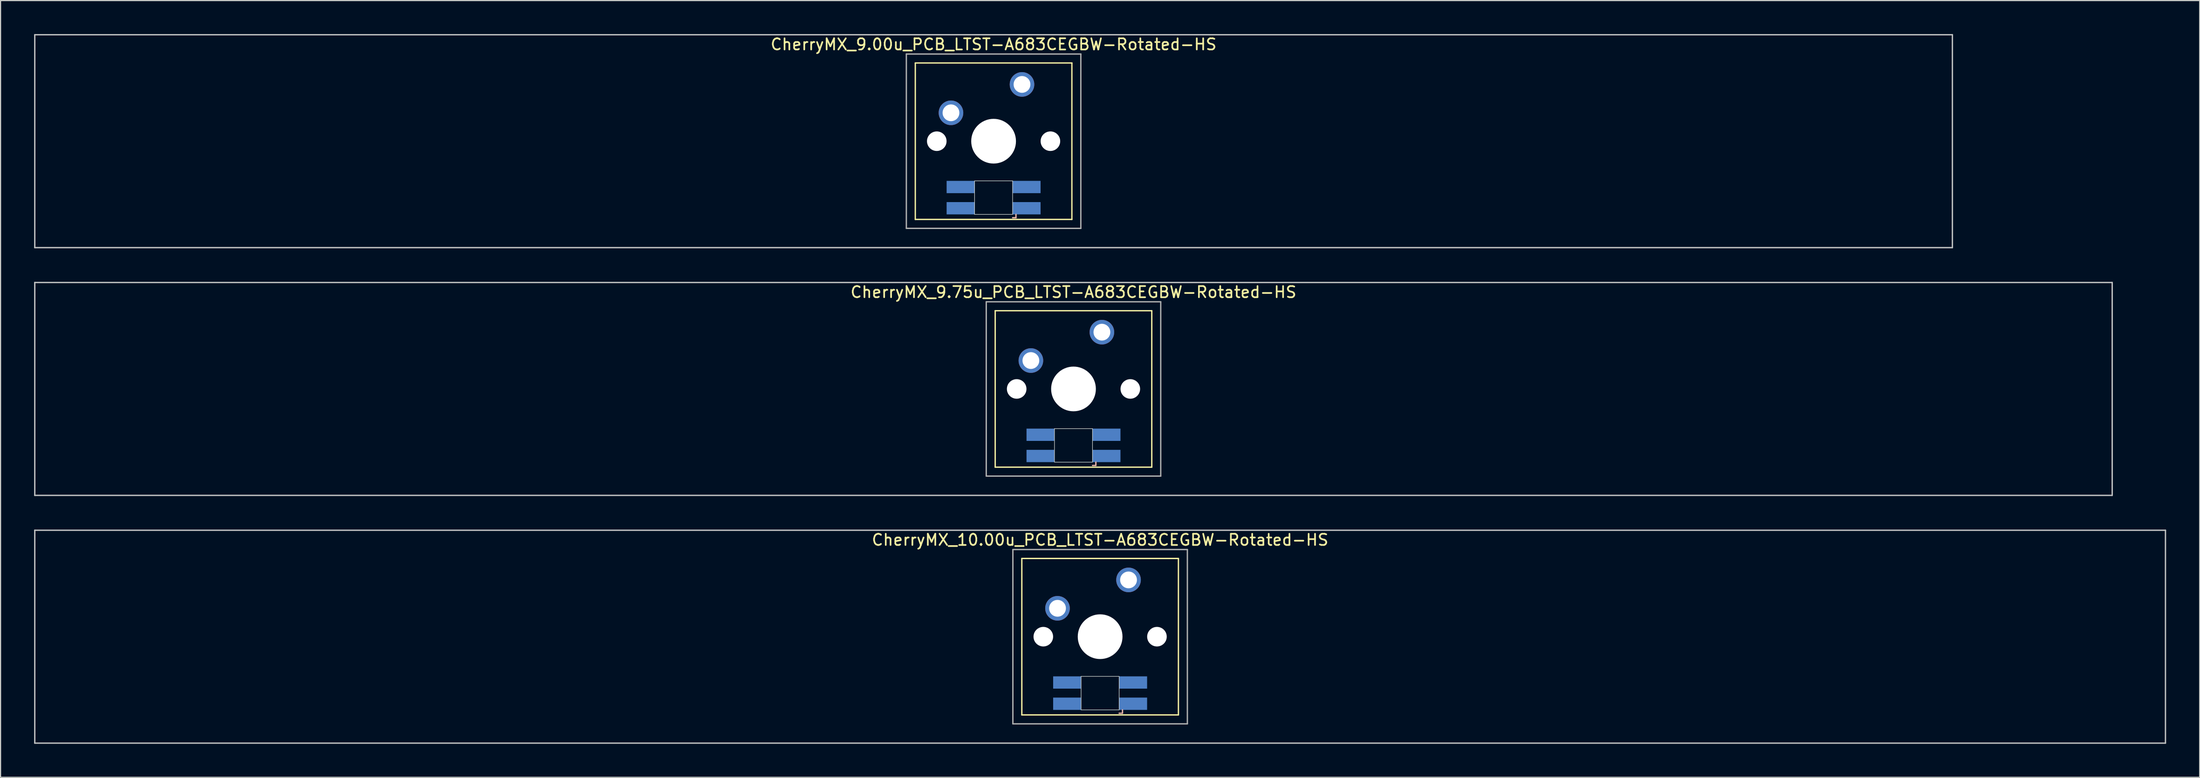
<source format=kicad_pcb>
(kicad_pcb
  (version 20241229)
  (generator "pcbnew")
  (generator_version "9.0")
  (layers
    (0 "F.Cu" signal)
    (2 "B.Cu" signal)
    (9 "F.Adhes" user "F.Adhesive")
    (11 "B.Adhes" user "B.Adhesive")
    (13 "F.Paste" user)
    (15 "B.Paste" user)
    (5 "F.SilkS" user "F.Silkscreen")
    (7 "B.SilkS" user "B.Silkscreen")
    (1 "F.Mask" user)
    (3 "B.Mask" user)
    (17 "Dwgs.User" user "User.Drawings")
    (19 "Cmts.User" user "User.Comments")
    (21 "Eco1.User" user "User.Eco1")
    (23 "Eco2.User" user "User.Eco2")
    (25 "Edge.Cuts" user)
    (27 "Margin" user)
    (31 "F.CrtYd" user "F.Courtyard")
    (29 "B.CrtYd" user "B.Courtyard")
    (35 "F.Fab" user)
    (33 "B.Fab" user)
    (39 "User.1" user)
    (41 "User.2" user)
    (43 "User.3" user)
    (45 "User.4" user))
  (footprint "CherryMX_9.00u_PCB_LTST-A683CEGBW-Rotated-HS"
    (layer "F.Cu")
    (at 85.785 9.585)
    (property "Reference" "CherryMX_9.00u_PCB_LTST-A683CEGBW-Rotated-HS" (at 0 -8.662 0) (layer "F.SilkS") (effects (font (size 1 1) (thickness 0.15))))
    (attr through_hole)
    (fp_line (start -7 -7) (end -7 7) (stroke (width 0.12) (type solid)) (layer "F.SilkS"))
    (fp_line (start -7 -7) (end 7 -7) (stroke (width 0.12) (type solid)) (layer "F.SilkS"))
    (fp_line (start 7 -7) (end 7 7) (stroke (width 0.12) (type solid)) (layer "F.SilkS"))
    (fp_line (start 7 7) (end -7 7) (stroke (width 0.12) (type solid)) (layer "F.SilkS"))
    (fp_line (start 1.7 6.85) (end 2 6.85) (stroke (width 0.12) (type solid)) (layer "B.SilkS"))
    (fp_line (start 2 6.85) (end 2 6.55) (stroke (width 0.12) (type solid)) (layer "B.SilkS"))
    (fp_line (start -85.725 -9.525) (end 85.725 -9.525) (stroke (width 0.12) (type solid)) (layer "Dwgs.User"))
    (fp_line (start -85.725 9.525) (end -85.725 -9.525) (stroke (width 0.12) (type solid)) (layer "Dwgs.User"))
    (fp_line (start 85.725 -9.525) (end 85.725 9.525) (stroke (width 0.12) (type solid)) (layer "Dwgs.User"))
    (fp_line (start 85.725 9.525) (end -85.725 9.525) (stroke (width 0.12) (type solid)) (layer "Dwgs.User"))
    (fp_line (start -1.7 3.55) (end 1.7 3.55) (stroke (width 0.05) (type solid)) (layer "Edge.Cuts"))
    (fp_line (start -1.7 6.55) (end -1.7 3.55) (stroke (width 0.05) (type solid)) (layer "Edge.Cuts"))
    (fp_line (start 1.7 3.55) (end 1.7 6.55) (stroke (width 0.05) (type solid)) (layer "Edge.Cuts"))
    (fp_line (start 1.7 6.55) (end -1.7 6.55) (stroke (width 0.05) (type solid)) (layer "Edge.Cuts"))
    (fp_line (start -7.8 -7.8) (end -7.8 7.8) (stroke (width 0.12) (type solid)) (layer "F.Fab"))
    (fp_line (start -7.8 -7.8) (end 7.8 -7.8) (stroke (width 0.12) (type solid)) (layer "F.Fab"))
    (fp_line (start -7.8 7.8) (end 7.8 7.8) (stroke (width 0.12) (type solid)) (layer "F.Fab"))
    (fp_line (start 7.8 -7.8) (end 7.8 7.8) (stroke (width 0.12) (type solid)) (layer "F.Fab"))
    (pad "" np_thru_hole circle (at -5.08 0) (size 1.75 1.75) (drill 1.75) (layers "*.Cu" "*.Mask"))
    (pad "" np_thru_hole circle (at 0 0) (size 4 4) (drill 4) (layers "*.Cu" "*.Mask"))
    (pad "" np_thru_hole circle (at 5.08 0) (size 1.75 1.75) (drill 1.75) (layers "*.Cu" "*.Mask"))
    (pad "1" thru_hole circle (at -3.81 -2.54) (size 2.2 2.2) (drill 1.5) (layers "*.Cu" "*.Mask"))
    (pad "2" thru_hole circle (at 2.54 -5.08) (size 2.2 2.2) (drill 1.5) (layers "*.Cu" "*.Mask"))
    (pad "3" smd rect (at 2.95 6) (size 2.5 1.1) (layers "B.Cu" "B.Mask" "B.Paste"))
    (pad "4" smd rect (at 2.95 4.1) (size 2.5 1.1) (layers "B.Cu" "B.Mask" "B.Paste"))
    (pad "5" smd rect (at -2.95 6) (size 2.5 1.1) (layers "B.Cu" "B.Mask" "B.Paste"))
    (pad "6" smd rect (at -2.95 4.1) (size 2.5 1.1) (layers "B.Cu" "B.Mask" "B.Paste")))
  (footprint "CherryMX_9.75u_PCB_LTST-A683CEGBW-Rotated-HS"
    (layer "F.Cu")
    (at 92.929 31.755)
    (property "Reference" "CherryMX_9.75u_PCB_LTST-A683CEGBW-Rotated-HS" (at 0 -8.662 0) (layer "F.SilkS") (effects (font (size 1 1) (thickness 0.15))))
    (attr through_hole)
    (fp_line (start -7 -7) (end -7 7) (stroke (width 0.12) (type solid)) (layer "F.SilkS"))
    (fp_line (start -7 -7) (end 7 -7) (stroke (width 0.12) (type solid)) (layer "F.SilkS"))
    (fp_line (start 7 -7) (end 7 7) (stroke (width 0.12) (type solid)) (layer "F.SilkS"))
    (fp_line (start 7 7) (end -7 7) (stroke (width 0.12) (type solid)) (layer "F.SilkS"))
    (fp_line (start 1.7 6.85) (end 2 6.85) (stroke (width 0.12) (type solid)) (layer "B.SilkS"))
    (fp_line (start 2 6.85) (end 2 6.55) (stroke (width 0.12) (type solid)) (layer "B.SilkS"))
    (fp_line (start -92.869 -9.525) (end 92.869 -9.525) (stroke (width 0.12) (type solid)) (layer "Dwgs.User"))
    (fp_line (start -92.869 9.525) (end -92.869 -9.525) (stroke (width 0.12) (type solid)) (layer "Dwgs.User"))
    (fp_line (start 92.869 -9.525) (end 92.869 9.525) (stroke (width 0.12) (type solid)) (layer "Dwgs.User"))
    (fp_line (start 92.869 9.525) (end -92.869 9.525) (stroke (width 0.12) (type solid)) (layer "Dwgs.User"))
    (fp_line (start -1.7 3.55) (end 1.7 3.55) (stroke (width 0.05) (type solid)) (layer "Edge.Cuts"))
    (fp_line (start -1.7 6.55) (end -1.7 3.55) (stroke (width 0.05) (type solid)) (layer "Edge.Cuts"))
    (fp_line (start 1.7 3.55) (end 1.7 6.55) (stroke (width 0.05) (type solid)) (layer "Edge.Cuts"))
    (fp_line (start 1.7 6.55) (end -1.7 6.55) (stroke (width 0.05) (type solid)) (layer "Edge.Cuts"))
    (fp_line (start -7.8 -7.8) (end -7.8 7.8) (stroke (width 0.12) (type solid)) (layer "F.Fab"))
    (fp_line (start -7.8 -7.8) (end 7.8 -7.8) (stroke (width 0.12) (type solid)) (layer "F.Fab"))
    (fp_line (start -7.8 7.8) (end 7.8 7.8) (stroke (width 0.12) (type solid)) (layer "F.Fab"))
    (fp_line (start 7.8 -7.8) (end 7.8 7.8) (stroke (width 0.12) (type solid)) (layer "F.Fab"))
    (pad "" np_thru_hole circle (at -5.08 0) (size 1.75 1.75) (drill 1.75) (layers "*.Cu" "*.Mask"))
    (pad "" np_thru_hole circle (at 0 0) (size 4 4) (drill 4) (layers "*.Cu" "*.Mask"))
    (pad "" np_thru_hole circle (at 5.08 0) (size 1.75 1.75) (drill 1.75) (layers "*.Cu" "*.Mask"))
    (pad "1" thru_hole circle (at -3.81 -2.54) (size 2.2 2.2) (drill 1.5) (layers "*.Cu" "*.Mask"))
    (pad "2" thru_hole circle (at 2.54 -5.08) (size 2.2 2.2) (drill 1.5) (layers "*.Cu" "*.Mask"))
    (pad "3" smd rect (at 2.95 6) (size 2.5 1.1) (layers "B.Cu" "B.Mask" "B.Paste"))
    (pad "4" smd rect (at 2.95 4.1) (size 2.5 1.1) (layers "B.Cu" "B.Mask" "B.Paste"))
    (pad "5" smd rect (at -2.95 6) (size 2.5 1.1) (layers "B.Cu" "B.Mask" "B.Paste"))
    (pad "6" smd rect (at -2.95 4.1) (size 2.5 1.1) (layers "B.Cu" "B.Mask" "B.Paste")))
  (footprint "CherryMX_10.00u_PCB_LTST-A683CEGBW-Rotated-HS"
    (layer "F.Cu")
    (at 95.31 53.925)
    (property "Reference" "CherryMX_10.00u_PCB_LTST-A683CEGBW-Rotated-HS" (at 0 -8.662 0) (layer "F.SilkS") (effects (font (size 1 1) (thickness 0.15))))
    (attr through_hole)
    (fp_line (start -7 -7) (end -7 7) (stroke (width 0.12) (type solid)) (layer "F.SilkS"))
    (fp_line (start -7 -7) (end 7 -7) (stroke (width 0.12) (type solid)) (layer "F.SilkS"))
    (fp_line (start 7 -7) (end 7 7) (stroke (width 0.12) (type solid)) (layer "F.SilkS"))
    (fp_line (start 7 7) (end -7 7) (stroke (width 0.12) (type solid)) (layer "F.SilkS"))
    (fp_line (start 1.7 6.85) (end 2 6.85) (stroke (width 0.12) (type solid)) (layer "B.SilkS"))
    (fp_line (start 2 6.85) (end 2 6.55) (stroke (width 0.12) (type solid)) (layer "B.SilkS"))
    (fp_line (start -95.25 -9.525) (end 95.25 -9.525) (stroke (width 0.12) (type solid)) (layer "Dwgs.User"))
    (fp_line (start -95.25 9.525) (end -95.25 -9.525) (stroke (width 0.12) (type solid)) (layer "Dwgs.User"))
    (fp_line (start 95.25 -9.525) (end 95.25 9.525) (stroke (width 0.12) (type solid)) (layer "Dwgs.User"))
    (fp_line (start 95.25 9.525) (end -95.25 9.525) (stroke (width 0.12) (type solid)) (layer "Dwgs.User"))
    (fp_line (start -1.7 3.55) (end 1.7 3.55) (stroke (width 0.05) (type solid)) (layer "Edge.Cuts"))
    (fp_line (start -1.7 6.55) (end -1.7 3.55) (stroke (width 0.05) (type solid)) (layer "Edge.Cuts"))
    (fp_line (start 1.7 3.55) (end 1.7 6.55) (stroke (width 0.05) (type solid)) (layer "Edge.Cuts"))
    (fp_line (start 1.7 6.55) (end -1.7 6.55) (stroke (width 0.05) (type solid)) (layer "Edge.Cuts"))
    (fp_line (start -7.8 -7.8) (end -7.8 7.8) (stroke (width 0.12) (type solid)) (layer "F.Fab"))
    (fp_line (start -7.8 -7.8) (end 7.8 -7.8) (stroke (width 0.12) (type solid)) (layer "F.Fab"))
    (fp_line (start -7.8 7.8) (end 7.8 7.8) (stroke (width 0.12) (type solid)) (layer "F.Fab"))
    (fp_line (start 7.8 -7.8) (end 7.8 7.8) (stroke (width 0.12) (type solid)) (layer "F.Fab"))
    (pad "" np_thru_hole circle (at -5.08 0) (size 1.75 1.75) (drill 1.75) (layers "*.Cu" "*.Mask"))
    (pad "" np_thru_hole circle (at 0 0) (size 4 4) (drill 4) (layers "*.Cu" "*.Mask"))
    (pad "" np_thru_hole circle (at 5.08 0) (size 1.75 1.75) (drill 1.75) (layers "*.Cu" "*.Mask"))
    (pad "1" thru_hole circle (at -3.81 -2.54) (size 2.2 2.2) (drill 1.5) (layers "*.Cu" "*.Mask"))
    (pad "2" thru_hole circle (at 2.54 -5.08) (size 2.2 2.2) (drill 1.5) (layers "*.Cu" "*.Mask"))
    (pad "3" smd rect (at 2.95 6) (size 2.5 1.1) (layers "B.Cu" "B.Mask" "B.Paste"))
    (pad "4" smd rect (at 2.95 4.1) (size 2.5 1.1) (layers "B.Cu" "B.Mask" "B.Paste"))
    (pad "5" smd rect (at -2.95 6) (size 2.5 1.1) (layers "B.Cu" "B.Mask" "B.Paste"))
    (pad "6" smd rect (at -2.95 4.1) (size 2.5 1.1) (layers "B.Cu" "B.Mask" "B.Paste")))
  (gr_rect
    (start -3 -3)
    (end 193.62 66.51)
    (stroke (width 0.1) (type default))
    (fill no)
    (layer "Edge.Cuts")))
</source>
